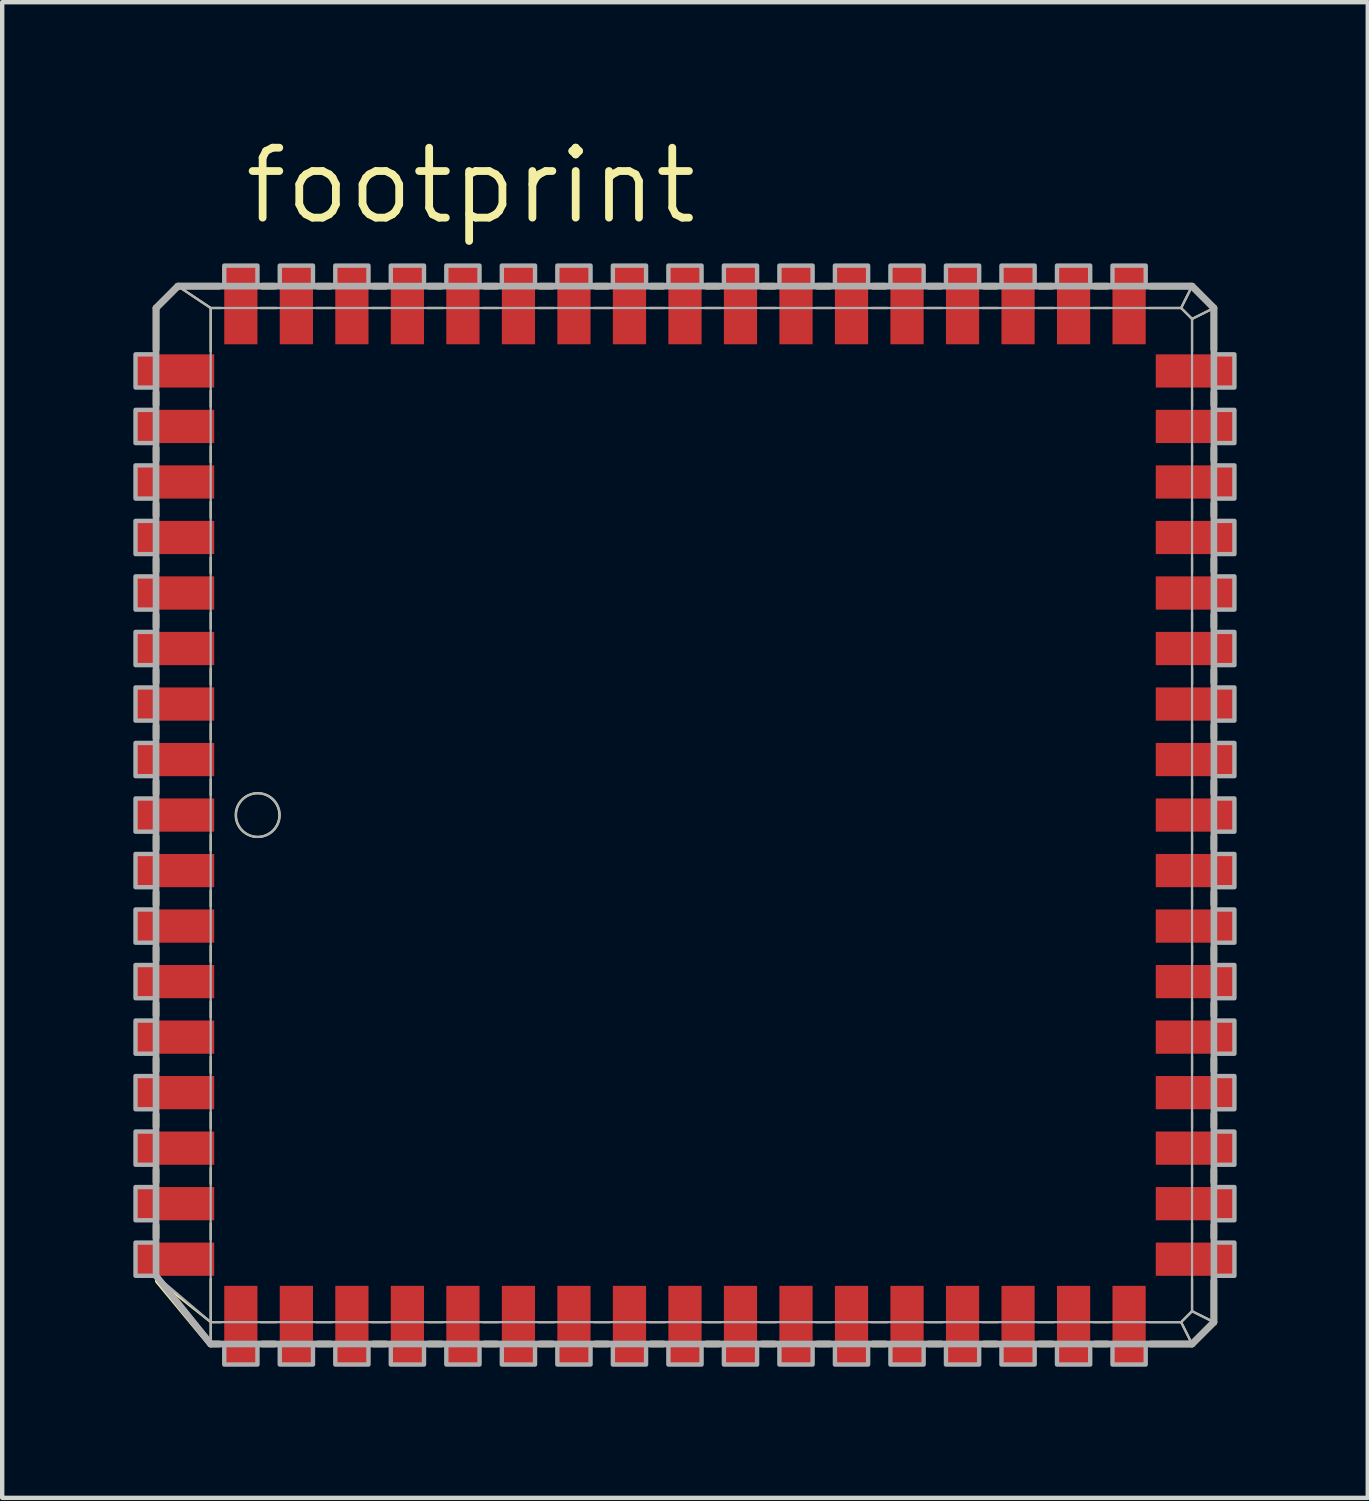
<source format=kicad_pcb>
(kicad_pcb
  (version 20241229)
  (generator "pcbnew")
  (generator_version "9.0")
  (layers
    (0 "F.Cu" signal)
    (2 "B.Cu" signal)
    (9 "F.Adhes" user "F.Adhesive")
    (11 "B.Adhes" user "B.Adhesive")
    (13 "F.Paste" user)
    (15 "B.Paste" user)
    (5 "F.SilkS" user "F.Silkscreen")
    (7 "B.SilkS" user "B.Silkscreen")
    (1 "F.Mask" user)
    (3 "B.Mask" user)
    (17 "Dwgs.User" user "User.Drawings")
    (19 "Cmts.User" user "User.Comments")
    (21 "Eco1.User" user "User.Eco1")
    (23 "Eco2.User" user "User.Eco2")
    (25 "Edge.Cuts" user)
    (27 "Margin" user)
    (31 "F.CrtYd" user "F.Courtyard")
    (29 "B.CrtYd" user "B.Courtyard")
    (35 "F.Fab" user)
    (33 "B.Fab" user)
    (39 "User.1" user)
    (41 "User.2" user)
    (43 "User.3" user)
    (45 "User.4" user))
  (footprint "footprint"
    (layer "F.Cu")
    (at 12.62 15.596)
    (property "Reference" "footprint" (at -10.16 -13.462 0) (layer "F.SilkS") (effects (font (size 1.6 1.6) (thickness 0.178)) (justify left bottom)))
    (fp_line (start -12.1 -11.6) (end -11.6 -12.1) (stroke (width 0.152) (type solid)) (layer "F.SilkS"))
    (fp_line (start -12.1 -10.651) (end -12.1 -11.6) (stroke (width 0.152) (type solid)) (layer "F.SilkS"))
    (fp_line (start -12.1 -9.381) (end -12.1 -9.669) (stroke (width 0.152) (type solid)) (layer "F.SilkS"))
    (fp_line (start -12.1 -8.111) (end -12.1 -8.399) (stroke (width 0.152) (type solid)) (layer "F.SilkS"))
    (fp_line (start -12.1 -6.841) (end -12.1 -7.129) (stroke (width 0.152) (type solid)) (layer "F.SilkS"))
    (fp_line (start -12.1 -5.571) (end -12.1 -5.859) (stroke (width 0.152) (type solid)) (layer "F.SilkS"))
    (fp_line (start -12.1 -4.301) (end -12.1 -4.589) (stroke (width 0.152) (type solid)) (layer "F.SilkS"))
    (fp_line (start -12.1 -3.031) (end -12.1 -3.319) (stroke (width 0.152) (type solid)) (layer "F.SilkS"))
    (fp_line (start -12.1 -1.761) (end -12.1 -2.049) (stroke (width 0.152) (type solid)) (layer "F.SilkS"))
    (fp_line (start -12.1 -0.491) (end -12.1 -0.779) (stroke (width 0.152) (type solid)) (layer "F.SilkS"))
    (fp_line (start -12.1 0.779) (end -12.1 0.491) (stroke (width 0.152) (type solid)) (layer "F.SilkS"))
    (fp_line (start -12.1 2.049) (end -12.1 1.761) (stroke (width 0.152) (type solid)) (layer "F.SilkS"))
    (fp_line (start -12.1 3.319) (end -12.1 3.031) (stroke (width 0.152) (type solid)) (layer "F.SilkS"))
    (fp_line (start -12.1 4.589) (end -12.1 4.301) (stroke (width 0.152) (type solid)) (layer "F.SilkS"))
    (fp_line (start -12.1 5.859) (end -12.1 5.571) (stroke (width 0.152) (type solid)) (layer "F.SilkS"))
    (fp_line (start -12.1 7.129) (end -12.1 6.841) (stroke (width 0.152) (type solid)) (layer "F.SilkS"))
    (fp_line (start -12.1 8.399) (end -12.1 8.111) (stroke (width 0.152) (type solid)) (layer "F.SilkS"))
    (fp_line (start -12.1 9.669) (end -12.1 9.381) (stroke (width 0.152) (type solid)) (layer "F.SilkS"))
    (fp_line (start -11.6 -12.1) (end -10.85 -11.6) (stroke (width 0.051) (type solid)) (layer "F.SilkS"))
    (fp_line (start -11.6 -12.1) (end -10.651 -12.1) (stroke (width 0.152) (type solid)) (layer "F.SilkS"))
    (fp_line (start -10.85 -11.6) (end -10.611 -11.6) (stroke (width 0.051) (type solid)) (layer "F.SilkS"))
    (fp_line (start -10.85 -10.611) (end -10.85 -11.6) (stroke (width 0.051) (type solid)) (layer "F.SilkS"))
    (fp_line (start -10.85 -9.341) (end -10.85 -9.709) (stroke (width 0.051) (type solid)) (layer "F.SilkS"))
    (fp_line (start -10.85 -8.071) (end -10.85 -8.439) (stroke (width 0.051) (type solid)) (layer "F.SilkS"))
    (fp_line (start -10.85 -6.801) (end -10.85 -7.169) (stroke (width 0.051) (type solid)) (layer "F.SilkS"))
    (fp_line (start -10.85 -5.531) (end -10.85 -5.899) (stroke (width 0.051) (type solid)) (layer "F.SilkS"))
    (fp_line (start -10.85 -4.261) (end -10.85 -4.629) (stroke (width 0.051) (type solid)) (layer "F.SilkS"))
    (fp_line (start -10.85 -2.991) (end -10.85 -3.359) (stroke (width 0.051) (type solid)) (layer "F.SilkS"))
    (fp_line (start -10.85 -1.721) (end -10.85 -2.089) (stroke (width 0.051) (type solid)) (layer "F.SilkS"))
    (fp_line (start -10.85 -0.451) (end -10.85 -0.819) (stroke (width 0.051) (type solid)) (layer "F.SilkS"))
    (fp_line (start -10.85 0.819) (end -10.85 0.451) (stroke (width 0.051) (type solid)) (layer "F.SilkS"))
    (fp_line (start -10.85 2.089) (end -10.85 1.721) (stroke (width 0.051) (type solid)) (layer "F.SilkS"))
    (fp_line (start -10.85 3.359) (end -10.85 2.991) (stroke (width 0.051) (type solid)) (layer "F.SilkS"))
    (fp_line (start -10.85 4.629) (end -10.85 4.261) (stroke (width 0.051) (type solid)) (layer "F.SilkS"))
    (fp_line (start -10.85 5.899) (end -10.85 5.531) (stroke (width 0.051) (type solid)) (layer "F.SilkS"))
    (fp_line (start -10.85 7.169) (end -10.85 6.801) (stroke (width 0.051) (type solid)) (layer "F.SilkS"))
    (fp_line (start -10.85 8.439) (end -10.85 8.071) (stroke (width 0.051) (type solid)) (layer "F.SilkS"))
    (fp_line (start -10.85 9.709) (end -10.85 9.341) (stroke (width 0.051) (type solid)) (layer "F.SilkS"))
    (fp_line (start -10.85 11.6) (end -12.029 10.662) (stroke (width 0.051) (type solid)) (layer "F.SilkS"))
    (fp_line (start -10.85 11.6) (end -10.85 10.611) (stroke (width 0.051) (type solid)) (layer "F.SilkS"))
    (fp_line (start -10.85 12.1) (end -12.05 10.651) (stroke (width 0.152) (type solid)) (layer "F.SilkS"))
    (fp_line (start -10.85 12.1) (end -10.85 11.6) (stroke (width 0.051) (type solid)) (layer "F.SilkS"))
    (fp_line (start -10.651 12.1) (end -10.85 12.1) (stroke (width 0.152) (type solid)) (layer "F.SilkS"))
    (fp_line (start -10.611 11.6) (end -10.85 11.6) (stroke (width 0.051) (type solid)) (layer "F.SilkS"))
    (fp_line (start -9.709 -11.6) (end -9.341 -11.6) (stroke (width 0.051) (type solid)) (layer "F.SilkS"))
    (fp_line (start -9.669 -12.1) (end -9.381 -12.1) (stroke (width 0.152) (type solid)) (layer "F.SilkS"))
    (fp_line (start -9.381 12.1) (end -9.669 12.1) (stroke (width 0.152) (type solid)) (layer "F.SilkS"))
    (fp_line (start -9.341 11.6) (end -9.709 11.6) (stroke (width 0.051) (type solid)) (layer "F.SilkS"))
    (fp_line (start -8.439 -11.6) (end -8.071 -11.6) (stroke (width 0.051) (type solid)) (layer "F.SilkS"))
    (fp_line (start -8.399 -12.1) (end -8.111 -12.1) (stroke (width 0.152) (type solid)) (layer "F.SilkS"))
    (fp_line (start -8.111 12.1) (end -8.399 12.1) (stroke (width 0.152) (type solid)) (layer "F.SilkS"))
    (fp_line (start -8.071 11.6) (end -8.439 11.6) (stroke (width 0.051) (type solid)) (layer "F.SilkS"))
    (fp_line (start -7.169 -11.6) (end -6.801 -11.6) (stroke (width 0.051) (type solid)) (layer "F.SilkS"))
    (fp_line (start -7.129 -12.1) (end -6.841 -12.1) (stroke (width 0.152) (type solid)) (layer "F.SilkS"))
    (fp_line (start -6.841 12.1) (end -7.129 12.1) (stroke (width 0.152) (type solid)) (layer "F.SilkS"))
    (fp_line (start -6.801 11.6) (end -7.169 11.6) (stroke (width 0.051) (type solid)) (layer "F.SilkS"))
    (fp_line (start -5.899 -11.6) (end -5.531 -11.6) (stroke (width 0.051) (type solid)) (layer "F.SilkS"))
    (fp_line (start -5.859 -12.1) (end -5.571 -12.1) (stroke (width 0.152) (type solid)) (layer "F.SilkS"))
    (fp_line (start -5.571 12.1) (end -5.859 12.1) (stroke (width 0.152) (type solid)) (layer "F.SilkS"))
    (fp_line (start -5.531 11.6) (end -5.899 11.6) (stroke (width 0.051) (type solid)) (layer "F.SilkS"))
    (fp_line (start -4.629 -11.6) (end -4.261 -11.6) (stroke (width 0.051) (type solid)) (layer "F.SilkS"))
    (fp_line (start -4.589 -12.1) (end -4.301 -12.1) (stroke (width 0.152) (type solid)) (layer "F.SilkS"))
    (fp_line (start -4.301 12.1) (end -4.589 12.1) (stroke (width 0.152) (type solid)) (layer "F.SilkS"))
    (fp_line (start -4.261 11.6) (end -4.629 11.6) (stroke (width 0.051) (type solid)) (layer "F.SilkS"))
    (fp_line (start -3.359 -11.6) (end -2.991 -11.6) (stroke (width 0.051) (type solid)) (layer "F.SilkS"))
    (fp_line (start -3.319 -12.1) (end -3.031 -12.1) (stroke (width 0.152) (type solid)) (layer "F.SilkS"))
    (fp_line (start -3.031 12.1) (end -3.319 12.1) (stroke (width 0.152) (type solid)) (layer "F.SilkS"))
    (fp_line (start -2.991 11.6) (end -3.359 11.6) (stroke (width 0.051) (type solid)) (layer "F.SilkS"))
    (fp_line (start -2.089 -11.6) (end -1.721 -11.6) (stroke (width 0.051) (type solid)) (layer "F.SilkS"))
    (fp_line (start -2.049 -12.1) (end -1.761 -12.1) (stroke (width 0.152) (type solid)) (layer "F.SilkS"))
    (fp_line (start -1.761 12.1) (end -2.049 12.1) (stroke (width 0.152) (type solid)) (layer "F.SilkS"))
    (fp_line (start -1.721 11.6) (end -2.089 11.6) (stroke (width 0.051) (type solid)) (layer "F.SilkS"))
    (fp_line (start -0.821 -11.6) (end -0.453 -11.6) (stroke (width 0.051) (type solid)) (layer "F.SilkS"))
    (fp_line (start -0.779 -12.1) (end -0.491 -12.1) (stroke (width 0.152) (type solid)) (layer "F.SilkS"))
    (fp_line (start -0.491 12.1) (end -0.779 12.1) (stroke (width 0.152) (type solid)) (layer "F.SilkS"))
    (fp_line (start -0.453 11.6) (end -0.821 11.6) (stroke (width 0.051) (type solid)) (layer "F.SilkS"))
    (fp_line (start 0.453 -11.6) (end 0.821 -11.6) (stroke (width 0.051) (type solid)) (layer "F.SilkS"))
    (fp_line (start 0.491 -12.1) (end 0.779 -12.1) (stroke (width 0.152) (type solid)) (layer "F.SilkS"))
    (fp_line (start 0.779 12.1) (end 0.491 12.1) (stroke (width 0.152) (type solid)) (layer "F.SilkS"))
    (fp_line (start 0.821 11.6) (end 0.453 11.6) (stroke (width 0.051) (type solid)) (layer "F.SilkS"))
    (fp_line (start 1.723 -11.6) (end 2.091 -11.6) (stroke (width 0.051) (type solid)) (layer "F.SilkS"))
    (fp_line (start 1.761 -12.1) (end 2.049 -12.1) (stroke (width 0.152) (type solid)) (layer "F.SilkS"))
    (fp_line (start 2.049 12.1) (end 1.761 12.1) (stroke (width 0.152) (type solid)) (layer "F.SilkS"))
    (fp_line (start 2.091 11.6) (end 1.723 11.6) (stroke (width 0.051) (type solid)) (layer "F.SilkS"))
    (fp_line (start 2.992 -11.6) (end 3.36 -11.6) (stroke (width 0.051) (type solid)) (layer "F.SilkS"))
    (fp_line (start 3.031 -12.1) (end 3.319 -12.1) (stroke (width 0.152) (type solid)) (layer "F.SilkS"))
    (fp_line (start 3.319 12.1) (end 3.031 12.1) (stroke (width 0.152) (type solid)) (layer "F.SilkS"))
    (fp_line (start 3.36 11.6) (end 2.992 11.6) (stroke (width 0.051) (type solid)) (layer "F.SilkS"))
    (fp_line (start 4.261 -11.6) (end 4.629 -11.6) (stroke (width 0.051) (type solid)) (layer "F.SilkS"))
    (fp_line (start 4.301 -12.1) (end 4.589 -12.1) (stroke (width 0.152) (type solid)) (layer "F.SilkS"))
    (fp_line (start 4.589 12.1) (end 4.301 12.1) (stroke (width 0.152) (type solid)) (layer "F.SilkS"))
    (fp_line (start 4.629 11.6) (end 4.261 11.6) (stroke (width 0.051) (type solid)) (layer "F.SilkS"))
    (fp_line (start 5.531 -11.6) (end 5.899 -11.6) (stroke (width 0.051) (type solid)) (layer "F.SilkS"))
    (fp_line (start 5.571 -12.1) (end 5.859 -12.1) (stroke (width 0.152) (type solid)) (layer "F.SilkS"))
    (fp_line (start 5.859 12.1) (end 5.571 12.1) (stroke (width 0.152) (type solid)) (layer "F.SilkS"))
    (fp_line (start 5.899 11.6) (end 5.531 11.6) (stroke (width 0.051) (type solid)) (layer "F.SilkS"))
    (fp_line (start 6.801 -11.6) (end 7.169 -11.6) (stroke (width 0.051) (type solid)) (layer "F.SilkS"))
    (fp_line (start 6.841 -12.1) (end 7.129 -12.1) (stroke (width 0.152) (type solid)) (layer "F.SilkS"))
    (fp_line (start 7.129 12.1) (end 6.841 12.1) (stroke (width 0.152) (type solid)) (layer "F.SilkS"))
    (fp_line (start 7.169 11.6) (end 6.801 11.6) (stroke (width 0.051) (type solid)) (layer "F.SilkS"))
    (fp_line (start 8.071 -11.6) (end 8.439 -11.6) (stroke (width 0.051) (type solid)) (layer "F.SilkS"))
    (fp_line (start 8.111 -12.1) (end 8.399 -12.1) (stroke (width 0.152) (type solid)) (layer "F.SilkS"))
    (fp_line (start 8.399 12.1) (end 8.111 12.1) (stroke (width 0.152) (type solid)) (layer "F.SilkS"))
    (fp_line (start 8.439 11.6) (end 8.071 11.6) (stroke (width 0.051) (type solid)) (layer "F.SilkS"))
    (fp_line (start 9.341 -11.6) (end 9.709 -11.6) (stroke (width 0.051) (type solid)) (layer "F.SilkS"))
    (fp_line (start 9.381 -12.1) (end 9.669 -12.1) (stroke (width 0.152) (type solid)) (layer "F.SilkS"))
    (fp_line (start 9.669 12.1) (end 9.381 12.1) (stroke (width 0.152) (type solid)) (layer "F.SilkS"))
    (fp_line (start 9.709 11.6) (end 9.341 11.6) (stroke (width 0.051) (type solid)) (layer "F.SilkS"))
    (fp_line (start 10.611 -11.6) (end 11.35 -11.6) (stroke (width 0.051) (type solid)) (layer "F.SilkS"))
    (fp_line (start 10.651 -12.1) (end 11.6 -12.1) (stroke (width 0.152) (type solid)) (layer "F.SilkS"))
    (fp_line (start 11.35 -11.6) (end 11.6 -12.1) (stroke (width 0.051) (type solid)) (layer "F.SilkS"))
    (fp_line (start 11.35 -11.6) (end 11.6 -11.35) (stroke (width 0.051) (type solid)) (layer "F.SilkS"))
    (fp_line (start 11.35 11.6) (end 10.611 11.6) (stroke (width 0.051) (type solid)) (layer "F.SilkS"))
    (fp_line (start 11.6 -12.1) (end 12.1 -11.6) (stroke (width 0.152) (type solid)) (layer "F.SilkS"))
    (fp_line (start 11.6 -11.35) (end 11.6 -10.611) (stroke (width 0.051) (type solid)) (layer "F.SilkS"))
    (fp_line (start 11.6 -11.35) (end 12.1 -11.6) (stroke (width 0.051) (type solid)) (layer "F.SilkS"))
    (fp_line (start 11.6 -9.709) (end 11.6 -9.341) (stroke (width 0.051) (type solid)) (layer "F.SilkS"))
    (fp_line (start 11.6 -8.439) (end 11.6 -8.071) (stroke (width 0.051) (type solid)) (layer "F.SilkS"))
    (fp_line (start 11.6 -7.169) (end 11.6 -6.801) (stroke (width 0.051) (type solid)) (layer "F.SilkS"))
    (fp_line (start 11.6 -5.899) (end 11.6 -5.531) (stroke (width 0.051) (type solid)) (layer "F.SilkS"))
    (fp_line (start 11.6 -4.629) (end 11.6 -4.261) (stroke (width 0.051) (type solid)) (layer "F.SilkS"))
    (fp_line (start 11.6 -2.089) (end 11.6 -1.721) (stroke (width 0.051) (type solid)) (layer "F.SilkS"))
    (fp_line (start 11.6 -0.819) (end 11.6 -0.451) (stroke (width 0.051) (type solid)) (layer "F.SilkS"))
    (fp_line (start 11.6 0.451) (end 11.6 0.819) (stroke (width 0.051) (type solid)) (layer "F.SilkS"))
    (fp_line (start 11.6 1.721) (end 11.6 2.089) (stroke (width 0.051) (type solid)) (layer "F.SilkS"))
    (fp_line (start 11.6 4.261) (end 11.6 4.629) (stroke (width 0.051) (type solid)) (layer "F.SilkS"))
    (fp_line (start 11.6 5.531) (end 11.6 5.899) (stroke (width 0.051) (type solid)) (layer "F.SilkS"))
    (fp_line (start 11.6 6.801) (end 11.6 7.169) (stroke (width 0.051) (type solid)) (layer "F.SilkS"))
    (fp_line (start 11.6 8.071) (end 11.6 8.439) (stroke (width 0.051) (type solid)) (layer "F.SilkS"))
    (fp_line (start 11.6 9.341) (end 11.6 9.709) (stroke (width 0.051) (type solid)) (layer "F.SilkS"))
    (fp_line (start 11.6 10.611) (end 11.6 11.35) (stroke (width 0.051) (type solid)) (layer "F.SilkS"))
    (fp_line (start 11.6 11.35) (end 11.35 11.6) (stroke (width 0.051) (type solid)) (layer "F.SilkS"))
    (fp_line (start 11.6 12.1) (end 10.651 12.1) (stroke (width 0.152) (type solid)) (layer "F.SilkS"))
    (fp_line (start 11.6 12.1) (end 11.35 11.6) (stroke (width 0.051) (type solid)) (layer "F.SilkS"))
    (fp_line (start 11.601 -3.359) (end 11.601 -2.991) (stroke (width 0.051) (type solid)) (layer "F.SilkS"))
    (fp_line (start 11.601 2.991) (end 11.601 3.359) (stroke (width 0.051) (type solid)) (layer "F.SilkS"))
    (fp_line (start 12.1 -11.6) (end 12.1 -10.651) (stroke (width 0.152) (type solid)) (layer "F.SilkS"))
    (fp_line (start 12.1 -9.669) (end 12.1 -9.381) (stroke (width 0.152) (type solid)) (layer "F.SilkS"))
    (fp_line (start 12.1 -8.399) (end 12.1 -8.111) (stroke (width 0.152) (type solid)) (layer "F.SilkS"))
    (fp_line (start 12.1 -7.129) (end 12.1 -6.841) (stroke (width 0.152) (type solid)) (layer "F.SilkS"))
    (fp_line (start 12.1 -5.859) (end 12.1 -5.571) (stroke (width 0.152) (type solid)) (layer "F.SilkS"))
    (fp_line (start 12.1 -4.589) (end 12.1 -4.301) (stroke (width 0.152) (type solid)) (layer "F.SilkS"))
    (fp_line (start 12.1 -3.319) (end 12.1 -3.031) (stroke (width 0.152) (type solid)) (layer "F.SilkS"))
    (fp_line (start 12.1 -2.049) (end 12.1 -1.761) (stroke (width 0.152) (type solid)) (layer "F.SilkS"))
    (fp_line (start 12.1 -0.779) (end 12.1 -0.491) (stroke (width 0.152) (type solid)) (layer "F.SilkS"))
    (fp_line (start 12.1 0.491) (end 12.1 0.779) (stroke (width 0.152) (type solid)) (layer "F.SilkS"))
    (fp_line (start 12.1 1.761) (end 12.1 2.049) (stroke (width 0.152) (type solid)) (layer "F.SilkS"))
    (fp_line (start 12.1 3.031) (end 12.1 3.319) (stroke (width 0.152) (type solid)) (layer "F.SilkS"))
    (fp_line (start 12.1 4.301) (end 12.1 4.589) (stroke (width 0.152) (type solid)) (layer "F.SilkS"))
    (fp_line (start 12.1 5.571) (end 12.1 5.859) (stroke (width 0.152) (type solid)) (layer "F.SilkS"))
    (fp_line (start 12.1 6.841) (end 12.1 7.129) (stroke (width 0.152) (type solid)) (layer "F.SilkS"))
    (fp_line (start 12.1 8.111) (end 12.1 8.399) (stroke (width 0.152) (type solid)) (layer "F.SilkS"))
    (fp_line (start 12.1 9.381) (end 12.1 9.669) (stroke (width 0.152) (type solid)) (layer "F.SilkS"))
    (fp_line (start 12.1 10.651) (end 12.1 11.6) (stroke (width 0.152) (type solid)) (layer "F.SilkS"))
    (fp_line (start 12.1 11.6) (end 11.6 11.35) (stroke (width 0.051) (type solid)) (layer "F.SilkS"))
    (fp_line (start 12.1 11.6) (end 11.6 12.1) (stroke (width 0.152) (type solid)) (layer "F.SilkS"))
    (fp_circle (center -9.778 0) (end -9.278 0) (stroke (width 0.051) (type solid)) (fill no) (layer "F.SilkS"))
    (fp_line (start -12.1 -11.6) (end -11.6 -12.1) (stroke (width 0.152) (type solid)) (layer "F.Fab"))
    (fp_line (start -12.1 10.54) (end -12.1 -11.6) (stroke (width 0.152) (type solid)) (layer "F.Fab"))
    (fp_line (start -11.6 -12.1) (end -10.85 -11.6) (stroke (width 0.051) (type solid)) (layer "F.Fab"))
    (fp_line (start -11.6 -12.1) (end 11.6 -12.1) (stroke (width 0.152) (type solid)) (layer "F.Fab"))
    (fp_line (start -10.85 -11.6) (end 11.35 -11.6) (stroke (width 0.051) (type solid)) (layer "F.Fab"))
    (fp_line (start -10.85 11.6) (end -12.1 10.54) (stroke (width 0.051) (type solid)) (layer "F.Fab"))
    (fp_line (start -10.85 11.6) (end -10.85 -11.6) (stroke (width 0.051) (type solid)) (layer "F.Fab"))
    (fp_line (start -10.85 12.1) (end -12.1 10.54) (stroke (width 0.152) (type solid)) (layer "F.Fab"))
    (fp_line (start -10.85 12.1) (end -10.85 11.6) (stroke (width 0.051) (type solid)) (layer "F.Fab"))
    (fp_line (start 11.35 -11.6) (end 11.6 -12.1) (stroke (width 0.051) (type solid)) (layer "F.Fab"))
    (fp_line (start 11.35 -11.6) (end 11.6 -11.35) (stroke (width 0.051) (type solid)) (layer "F.Fab"))
    (fp_line (start 11.35 11.6) (end -10.85 11.6) (stroke (width 0.051) (type solid)) (layer "F.Fab"))
    (fp_line (start 11.6 -12.1) (end 12.1 -11.6) (stroke (width 0.152) (type solid)) (layer "F.Fab"))
    (fp_line (start 11.6 -11.35) (end 11.6 11.35) (stroke (width 0.051) (type solid)) (layer "F.Fab"))
    (fp_line (start 11.6 -11.35) (end 12.1 -11.6) (stroke (width 0.051) (type solid)) (layer "F.Fab"))
    (fp_line (start 11.6 11.35) (end 11.35 11.6) (stroke (width 0.051) (type solid)) (layer "F.Fab"))
    (fp_line (start 11.6 12.1) (end -10.85 12.1) (stroke (width 0.152) (type solid)) (layer "F.Fab"))
    (fp_line (start 11.6 12.1) (end 11.35 11.6) (stroke (width 0.051) (type solid)) (layer "F.Fab"))
    (fp_line (start 12.1 -11.6) (end 12.1 11.6) (stroke (width 0.152) (type solid)) (layer "F.Fab"))
    (fp_line (start 12.1 11.6) (end 11.6 11.35) (stroke (width 0.051) (type solid)) (layer "F.Fab"))
    (fp_line (start 12.1 11.6) (end 11.6 12.1) (stroke (width 0.152) (type solid)) (layer "F.Fab"))
    (fp_circle (center -9.77 0) (end -9.27 0) (stroke (width 0.051) (type solid)) (fill no) (layer "F.Fab"))
    (fp_poly (pts (xy -12.57 -9.78) (xy -12.1 -9.78) (xy -12.1 -10.54) (xy -12.57 -10.54)) (stroke (width 0.1) (type solid)) (fill no) (layer "F.Fab"))
    (fp_poly (pts (xy -12.57 -8.51) (xy -12.1 -8.51) (xy -12.1 -9.27) (xy -12.57 -9.27)) (stroke (width 0.1) (type solid)) (fill no) (layer "F.Fab"))
    (fp_poly (pts (xy -12.57 -7.24) (xy -12.1 -7.24) (xy -12.1 -8) (xy -12.57 -8)) (stroke (width 0.1) (type solid)) (fill no) (layer "F.Fab"))
    (fp_poly (pts (xy -12.57 -5.97) (xy -12.1 -5.97) (xy -12.1 -6.73) (xy -12.57 -6.73)) (stroke (width 0.1) (type solid)) (fill no) (layer "F.Fab"))
    (fp_poly (pts (xy -12.57 -4.7) (xy -12.1 -4.7) (xy -12.1 -5.46) (xy -12.57 -5.46)) (stroke (width 0.1) (type solid)) (fill no) (layer "F.Fab"))
    (fp_poly (pts (xy -12.57 -3.43) (xy -12.1 -3.43) (xy -12.1 -4.19) (xy -12.57 -4.19)) (stroke (width 0.1) (type solid)) (fill no) (layer "F.Fab"))
    (fp_poly (pts (xy -12.57 -2.16) (xy -12.1 -2.16) (xy -12.1 -2.92) (xy -12.57 -2.92)) (stroke (width 0.1) (type solid)) (fill no) (layer "F.Fab"))
    (fp_poly (pts (xy -12.57 -0.89) (xy -12.1 -0.89) (xy -12.1 -1.65) (xy -12.57 -1.65)) (stroke (width 0.1) (type solid)) (fill no) (layer "F.Fab"))
    (fp_poly (pts (xy -12.57 0.38) (xy -12.1 0.38) (xy -12.1 -0.38) (xy -12.57 -0.38)) (stroke (width 0.1) (type solid)) (fill no) (layer "F.Fab"))
    (fp_poly (pts (xy -12.57 1.65) (xy -12.1 1.65) (xy -12.1 0.89) (xy -12.57 0.89)) (stroke (width 0.1) (type solid)) (fill no) (layer "F.Fab"))
    (fp_poly (pts (xy -12.57 2.92) (xy -12.1 2.92) (xy -12.1 2.16) (xy -12.57 2.16)) (stroke (width 0.1) (type solid)) (fill no) (layer "F.Fab"))
    (fp_poly (pts (xy -12.57 4.19) (xy -12.1 4.19) (xy -12.1 3.43) (xy -12.57 3.43)) (stroke (width 0.1) (type solid)) (fill no) (layer "F.Fab"))
    (fp_poly (pts (xy -12.57 5.46) (xy -12.1 5.46) (xy -12.1 4.7) (xy -12.57 4.7)) (stroke (width 0.1) (type solid)) (fill no) (layer "F.Fab"))
    (fp_poly (pts (xy -12.57 6.73) (xy -12.1 6.73) (xy -12.1 5.97) (xy -12.57 5.97)) (stroke (width 0.1) (type solid)) (fill no) (layer "F.Fab"))
    (fp_poly (pts (xy -12.57 8) (xy -12.1 8) (xy -12.1 7.24) (xy -12.57 7.24)) (stroke (width 0.1) (type solid)) (fill no) (layer "F.Fab"))
    (fp_poly (pts (xy -12.57 9.27) (xy -12.1 9.27) (xy -12.1 8.51) (xy -12.57 8.51)) (stroke (width 0.1) (type solid)) (fill no) (layer "F.Fab"))
    (fp_poly (pts (xy -12.57 10.54) (xy -12.1 10.54) (xy -12.1 9.78) (xy -12.57 9.78)) (stroke (width 0.1) (type solid)) (fill no) (layer "F.Fab"))
    (fp_poly (pts (xy -10.54 -12.1) (xy -9.78 -12.1) (xy -9.78 -12.57) (xy -10.54 -12.57)) (stroke (width 0.1) (type solid)) (fill no) (layer "F.Fab"))
    (fp_poly (pts (xy -10.54 12.57) (xy -9.78 12.57) (xy -9.78 12.1) (xy -10.54 12.1)) (stroke (width 0.1) (type solid)) (fill no) (layer "F.Fab"))
    (fp_poly (pts (xy -9.27 -12.1) (xy -8.51 -12.1) (xy -8.51 -12.57) (xy -9.27 -12.57)) (stroke (width 0.1) (type solid)) (fill no) (layer "F.Fab"))
    (fp_poly (pts (xy -9.27 12.57) (xy -8.51 12.57) (xy -8.51 12.1) (xy -9.27 12.1)) (stroke (width 0.1) (type solid)) (fill no) (layer "F.Fab"))
    (fp_poly (pts (xy -8 -12.1) (xy -7.24 -12.1) (xy -7.24 -12.57) (xy -8 -12.57)) (stroke (width 0.1) (type solid)) (fill no) (layer "F.Fab"))
    (fp_poly (pts (xy -8 12.57) (xy -7.24 12.57) (xy -7.24 12.1) (xy -8 12.1)) (stroke (width 0.1) (type solid)) (fill no) (layer "F.Fab"))
    (fp_poly (pts (xy -6.73 -12.1) (xy -5.97 -12.1) (xy -5.97 -12.57) (xy -6.73 -12.57)) (stroke (width 0.1) (type solid)) (fill no) (layer "F.Fab"))
    (fp_poly (pts (xy -6.73 12.57) (xy -5.97 12.57) (xy -5.97 12.1) (xy -6.73 12.1)) (stroke (width 0.1) (type solid)) (fill no) (layer "F.Fab"))
    (fp_poly (pts (xy -5.46 -12.1) (xy -4.7 -12.1) (xy -4.7 -12.57) (xy -5.46 -12.57)) (stroke (width 0.1) (type solid)) (fill no) (layer "F.Fab"))
    (fp_poly (pts (xy -5.46 12.57) (xy -4.7 12.57) (xy -4.7 12.1) (xy -5.46 12.1)) (stroke (width 0.1) (type solid)) (fill no) (layer "F.Fab"))
    (fp_poly (pts (xy -4.19 -12.1) (xy -3.43 -12.1) (xy -3.43 -12.57) (xy -4.19 -12.57)) (stroke (width 0.1) (type solid)) (fill no) (layer "F.Fab"))
    (fp_poly (pts (xy -4.19 12.57) (xy -3.43 12.57) (xy -3.43 12.1) (xy -4.19 12.1)) (stroke (width 0.1) (type solid)) (fill no) (layer "F.Fab"))
    (fp_poly (pts (xy -2.92 -12.1) (xy -2.16 -12.1) (xy -2.16 -12.57) (xy -2.92 -12.57)) (stroke (width 0.1) (type solid)) (fill no) (layer "F.Fab"))
    (fp_poly (pts (xy -2.92 12.57) (xy -2.16 12.57) (xy -2.16 12.1) (xy -2.92 12.1)) (stroke (width 0.1) (type solid)) (fill no) (layer "F.Fab"))
    (fp_poly (pts (xy -1.65 -12.1) (xy -0.89 -12.1) (xy -0.89 -12.57) (xy -1.65 -12.57)) (stroke (width 0.1) (type solid)) (fill no) (layer "F.Fab"))
    (fp_poly (pts (xy -1.65 12.57) (xy -0.89 12.57) (xy -0.89 12.1) (xy -1.65 12.1)) (stroke (width 0.1) (type solid)) (fill no) (layer "F.Fab"))
    (fp_poly (pts (xy -0.38 -12.1) (xy 0.38 -12.1) (xy 0.38 -12.57) (xy -0.38 -12.57)) (stroke (width 0.1) (type solid)) (fill no) (layer "F.Fab"))
    (fp_poly (pts (xy -0.38 12.57) (xy 0.38 12.57) (xy 0.38 12.1) (xy -0.38 12.1)) (stroke (width 0.1) (type solid)) (fill no) (layer "F.Fab"))
    (fp_poly (pts (xy 0.89 -12.1) (xy 1.65 -12.1) (xy 1.65 -12.57) (xy 0.89 -12.57)) (stroke (width 0.1) (type solid)) (fill no) (layer "F.Fab"))
    (fp_poly (pts (xy 0.89 12.57) (xy 1.65 12.57) (xy 1.65 12.1) (xy 0.89 12.1)) (stroke (width 0.1) (type solid)) (fill no) (layer "F.Fab"))
    (fp_poly (pts (xy 2.16 -12.1) (xy 2.92 -12.1) (xy 2.92 -12.57) (xy 2.16 -12.57)) (stroke (width 0.1) (type solid)) (fill no) (layer "F.Fab"))
    (fp_poly (pts (xy 2.16 12.57) (xy 2.92 12.57) (xy 2.92 12.1) (xy 2.16 12.1)) (stroke (width 0.1) (type solid)) (fill no) (layer "F.Fab"))
    (fp_poly (pts (xy 3.43 -12.1) (xy 4.19 -12.1) (xy 4.19 -12.57) (xy 3.43 -12.57)) (stroke (width 0.1) (type solid)) (fill no) (layer "F.Fab"))
    (fp_poly (pts (xy 3.43 12.57) (xy 4.19 12.57) (xy 4.19 12.1) (xy 3.43 12.1)) (stroke (width 0.1) (type solid)) (fill no) (layer "F.Fab"))
    (fp_poly (pts (xy 4.7 -12.1) (xy 5.46 -12.1) (xy 5.46 -12.57) (xy 4.7 -12.57)) (stroke (width 0.1) (type solid)) (fill no) (layer "F.Fab"))
    (fp_poly (pts (xy 4.7 12.57) (xy 5.46 12.57) (xy 5.46 12.1) (xy 4.7 12.1)) (stroke (width 0.1) (type solid)) (fill no) (layer "F.Fab"))
    (fp_poly (pts (xy 5.97 -12.1) (xy 6.73 -12.1) (xy 6.73 -12.57) (xy 5.97 -12.57)) (stroke (width 0.1) (type solid)) (fill no) (layer "F.Fab"))
    (fp_poly (pts (xy 5.97 12.57) (xy 6.73 12.57) (xy 6.73 12.1) (xy 5.97 12.1)) (stroke (width 0.1) (type solid)) (fill no) (layer "F.Fab"))
    (fp_poly (pts (xy 7.24 -12.1) (xy 8 -12.1) (xy 8 -12.57) (xy 7.24 -12.57)) (stroke (width 0.1) (type solid)) (fill no) (layer "F.Fab"))
    (fp_poly (pts (xy 7.24 12.57) (xy 8 12.57) (xy 8 12.1) (xy 7.24 12.1)) (stroke (width 0.1) (type solid)) (fill no) (layer "F.Fab"))
    (fp_poly (pts (xy 8.51 -12.1) (xy 9.27 -12.1) (xy 9.27 -12.57) (xy 8.51 -12.57)) (stroke (width 0.1) (type solid)) (fill no) (layer "F.Fab"))
    (fp_poly (pts (xy 8.51 12.57) (xy 9.27 12.57) (xy 9.27 12.1) (xy 8.51 12.1)) (stroke (width 0.1) (type solid)) (fill no) (layer "F.Fab"))
    (fp_poly (pts (xy 9.78 -12.1) (xy 10.54 -12.1) (xy 10.54 -12.57) (xy 9.78 -12.57)) (stroke (width 0.1) (type solid)) (fill no) (layer "F.Fab"))
    (fp_poly (pts (xy 9.78 12.57) (xy 10.54 12.57) (xy 10.54 12.1) (xy 9.78 12.1)) (stroke (width 0.1) (type solid)) (fill no) (layer "F.Fab"))
    (fp_poly (pts (xy 12.1 -9.78) (xy 12.57 -9.78) (xy 12.57 -10.54) (xy 12.1 -10.54)) (stroke (width 0.1) (type solid)) (fill no) (layer "F.Fab"))
    (fp_poly (pts (xy 12.1 -8.51) (xy 12.57 -8.51) (xy 12.57 -9.27) (xy 12.1 -9.27)) (stroke (width 0.1) (type solid)) (fill no) (layer "F.Fab"))
    (fp_poly (pts (xy 12.1 -7.24) (xy 12.57 -7.24) (xy 12.57 -8) (xy 12.1 -8)) (stroke (width 0.1) (type solid)) (fill no) (layer "F.Fab"))
    (fp_poly (pts (xy 12.1 -5.97) (xy 12.57 -5.97) (xy 12.57 -6.73) (xy 12.1 -6.73)) (stroke (width 0.1) (type solid)) (fill no) (layer "F.Fab"))
    (fp_poly (pts (xy 12.1 -4.7) (xy 12.57 -4.7) (xy 12.57 -5.46) (xy 12.1 -5.46)) (stroke (width 0.1) (type solid)) (fill no) (layer "F.Fab"))
    (fp_poly (pts (xy 12.1 -3.43) (xy 12.57 -3.43) (xy 12.57 -4.19) (xy 12.1 -4.19)) (stroke (width 0.1) (type solid)) (fill no) (layer "F.Fab"))
    (fp_poly (pts (xy 12.1 -2.16) (xy 12.57 -2.16) (xy 12.57 -2.92) (xy 12.1 -2.92)) (stroke (width 0.1) (type solid)) (fill no) (layer "F.Fab"))
    (fp_poly (pts (xy 12.1 -0.89) (xy 12.57 -0.89) (xy 12.57 -1.65) (xy 12.1 -1.65)) (stroke (width 0.1) (type solid)) (fill no) (layer "F.Fab"))
    (fp_poly (pts (xy 12.1 0.38) (xy 12.57 0.38) (xy 12.57 -0.38) (xy 12.1 -0.38)) (stroke (width 0.1) (type solid)) (fill no) (layer "F.Fab"))
    (fp_poly (pts (xy 12.1 1.65) (xy 12.57 1.65) (xy 12.57 0.89) (xy 12.1 0.89)) (stroke (width 0.1) (type solid)) (fill no) (layer "F.Fab"))
    (fp_poly (pts (xy 12.1 2.92) (xy 12.57 2.92) (xy 12.57 2.16) (xy 12.1 2.16)) (stroke (width 0.1) (type solid)) (fill no) (layer "F.Fab"))
    (fp_poly (pts (xy 12.1 4.19) (xy 12.57 4.19) (xy 12.57 3.43) (xy 12.1 3.43)) (stroke (width 0.1) (type solid)) (fill no) (layer "F.Fab"))
    (fp_poly (pts (xy 12.1 5.46) (xy 12.57 5.46) (xy 12.57 4.7) (xy 12.1 4.7)) (stroke (width 0.1) (type solid)) (fill no) (layer "F.Fab"))
    (fp_poly (pts (xy 12.1 6.73) (xy 12.57 6.73) (xy 12.57 5.97) (xy 12.1 5.97)) (stroke (width 0.1) (type solid)) (fill no) (layer "F.Fab"))
    (fp_poly (pts (xy 12.1 8) (xy 12.57 8) (xy 12.57 7.24) (xy 12.1 7.24)) (stroke (width 0.1) (type solid)) (fill no) (layer "F.Fab"))
    (fp_poly (pts (xy 12.1 9.27) (xy 12.57 9.27) (xy 12.57 8.51) (xy 12.1 8.51)) (stroke (width 0.1) (type solid)) (fill no) (layer "F.Fab"))
    (fp_poly (pts (xy 12.1 10.54) (xy 12.57 10.54) (xy 12.57 9.78) (xy 12.1 9.78)) (stroke (width 0.1) (type solid)) (fill no) (layer "F.Fab"))
    (pad "1" smd rect (at -11.67 0) (size 1.8 0.76) (layers "F.Cu" "F.Mask" "F.Paste"))
    (pad "2" smd rect (at -11.67 1.27) (size 1.8 0.76) (layers "F.Cu" "F.Mask" "F.Paste"))
    (pad "3" smd rect (at -11.67 2.54) (size 1.8 0.76) (layers "F.Cu" "F.Mask" "F.Paste"))
    (pad "4" smd rect (at -11.67 3.81) (size 1.8 0.76) (layers "F.Cu" "F.Mask" "F.Paste"))
    (pad "5" smd rect (at -11.67 5.08) (size 1.8 0.76) (layers "F.Cu" "F.Mask" "F.Paste"))
    (pad "6" smd rect (at -11.67 6.35) (size 1.8 0.76) (layers "F.Cu" "F.Mask" "F.Paste"))
    (pad "7" smd rect (at -11.67 7.62) (size 1.8 0.76) (layers "F.Cu" "F.Mask" "F.Paste"))
    (pad "8" smd rect (at -11.67 8.89) (size 1.8 0.76) (layers "F.Cu" "F.Mask" "F.Paste"))
    (pad "9" smd rect (at -11.67 10.16) (size 1.8 0.76) (layers "F.Cu" "F.Mask" "F.Paste"))
    (pad "10" smd rect (at -10.16 11.67) (size 0.76 1.8) (layers "F.Cu" "F.Mask" "F.Paste"))
    (pad "11" smd rect (at -8.89 11.67) (size 0.76 1.8) (layers "F.Cu" "F.Mask" "F.Paste"))
    (pad "12" smd rect (at -7.62 11.67) (size 0.76 1.8) (layers "F.Cu" "F.Mask" "F.Paste"))
    (pad "13" smd rect (at -6.35 11.67) (size 0.76 1.8) (layers "F.Cu" "F.Mask" "F.Paste"))
    (pad "14" smd rect (at -5.08 11.67) (size 0.76 1.8) (layers "F.Cu" "F.Mask" "F.Paste"))
    (pad "15" smd rect (at -3.81 11.67) (size 0.76 1.8) (layers "F.Cu" "F.Mask" "F.Paste"))
    (pad "16" smd rect (at -2.54 11.67) (size 0.76 1.8) (layers "F.Cu" "F.Mask" "F.Paste"))
    (pad "17" smd rect (at -1.27 11.67) (size 0.76 1.8) (layers "F.Cu" "F.Mask" "F.Paste"))
    (pad "18" smd rect (at 0 11.67) (size 0.76 1.8) (layers "F.Cu" "F.Mask" "F.Paste"))
    (pad "19" smd rect (at 1.27 11.67) (size 0.76 1.8) (layers "F.Cu" "F.Mask" "F.Paste"))
    (pad "20" smd rect (at 2.54 11.67) (size 0.76 1.8) (layers "F.Cu" "F.Mask" "F.Paste"))
    (pad "21" smd rect (at 3.81 11.67) (size 0.76 1.8) (layers "F.Cu" "F.Mask" "F.Paste"))
    (pad "22" smd rect (at 5.08 11.67) (size 0.76 1.8) (layers "F.Cu" "F.Mask" "F.Paste"))
    (pad "23" smd rect (at 6.35 11.67) (size 0.76 1.8) (layers "F.Cu" "F.Mask" "F.Paste"))
    (pad "24" smd rect (at 7.62 11.67) (size 0.76 1.8) (layers "F.Cu" "F.Mask" "F.Paste"))
    (pad "25" smd rect (at 8.89 11.67) (size 0.76 1.8) (layers "F.Cu" "F.Mask" "F.Paste"))
    (pad "26" smd rect (at 10.16 11.67) (size 0.76 1.8) (layers "F.Cu" "F.Mask" "F.Paste"))
    (pad "27" smd rect (at 11.67 10.16) (size 1.8 0.76) (layers "F.Cu" "F.Mask" "F.Paste"))
    (pad "28" smd rect (at 11.67 8.89) (size 1.8 0.76) (layers "F.Cu" "F.Mask" "F.Paste"))
    (pad "29" smd rect (at 11.67 7.62) (size 1.8 0.76) (layers "F.Cu" "F.Mask" "F.Paste"))
    (pad "30" smd rect (at 11.67 6.35) (size 1.8 0.76) (layers "F.Cu" "F.Mask" "F.Paste"))
    (pad "31" smd rect (at 11.67 5.08) (size 1.8 0.76) (layers "F.Cu" "F.Mask" "F.Paste"))
    (pad "32" smd rect (at 11.67 3.81) (size 1.8 0.76) (layers "F.Cu" "F.Mask" "F.Paste"))
    (pad "33" smd rect (at 11.67 2.54) (size 1.8 0.76) (layers "F.Cu" "F.Mask" "F.Paste"))
    (pad "34" smd rect (at 11.67 1.27) (size 1.8 0.76) (layers "F.Cu" "F.Mask" "F.Paste"))
    (pad "35" smd rect (at 11.67 0) (size 1.8 0.76) (layers "F.Cu" "F.Mask" "F.Paste"))
    (pad "36" smd rect (at 11.67 -1.27) (size 1.8 0.76) (layers "F.Cu" "F.Mask" "F.Paste"))
    (pad "37" smd rect (at 11.67 -2.54) (size 1.8 0.76) (layers "F.Cu" "F.Mask" "F.Paste"))
    (pad "38" smd rect (at 11.67 -3.81) (size 1.8 0.76) (layers "F.Cu" "F.Mask" "F.Paste"))
    (pad "39" smd rect (at 11.67 -5.08) (size 1.8 0.76) (layers "F.Cu" "F.Mask" "F.Paste"))
    (pad "40" smd rect (at 11.67 -6.35) (size 1.8 0.76) (layers "F.Cu" "F.Mask" "F.Paste"))
    (pad "41" smd rect (at 11.67 -7.62) (size 1.8 0.76) (layers "F.Cu" "F.Mask" "F.Paste"))
    (pad "42" smd rect (at 11.67 -8.89) (size 1.8 0.76) (layers "F.Cu" "F.Mask" "F.Paste"))
    (pad "43" smd rect (at 11.67 -10.16) (size 1.8 0.76) (layers "F.Cu" "F.Mask" "F.Paste"))
    (pad "44" smd rect (at 10.16 -11.67) (size 0.76 1.8) (layers "F.Cu" "F.Mask" "F.Paste"))
    (pad "45" smd rect (at 8.89 -11.67) (size 0.76 1.8) (layers "F.Cu" "F.Mask" "F.Paste"))
    (pad "46" smd rect (at 7.62 -11.67) (size 0.76 1.8) (layers "F.Cu" "F.Mask" "F.Paste"))
    (pad "47" smd rect (at 6.35 -11.67) (size 0.76 1.8) (layers "F.Cu" "F.Mask" "F.Paste"))
    (pad "48" smd rect (at 5.08 -11.67) (size 0.76 1.8) (layers "F.Cu" "F.Mask" "F.Paste"))
    (pad "49" smd rect (at 3.81 -11.67) (size 0.76 1.8) (layers "F.Cu" "F.Mask" "F.Paste"))
    (pad "50" smd rect (at 2.54 -11.67) (size 0.76 1.8) (layers "F.Cu" "F.Mask" "F.Paste"))
    (pad "51" smd rect (at 1.27 -11.67) (size 0.76 1.8) (layers "F.Cu" "F.Mask" "F.Paste"))
    (pad "52" smd rect (at 0 -11.67) (size 0.76 1.8) (layers "F.Cu" "F.Mask" "F.Paste"))
    (pad "53" smd rect (at -1.27 -11.67) (size 0.76 1.8) (layers "F.Cu" "F.Mask" "F.Paste"))
    (pad "54" smd rect (at -2.54 -11.67) (size 0.76 1.8) (layers "F.Cu" "F.Mask" "F.Paste"))
    (pad "55" smd rect (at -3.81 -11.67) (size 0.76 1.8) (layers "F.Cu" "F.Mask" "F.Paste"))
    (pad "56" smd rect (at -5.08 -11.67) (size 0.76 1.8) (layers "F.Cu" "F.Mask" "F.Paste"))
    (pad "57" smd rect (at -6.35 -11.67) (size 0.76 1.8) (layers "F.Cu" "F.Mask" "F.Paste"))
    (pad "58" smd rect (at -7.62 -11.67) (size 0.76 1.8) (layers "F.Cu" "F.Mask" "F.Paste"))
    (pad "59" smd rect (at -8.89 -11.67) (size 0.76 1.8) (layers "F.Cu" "F.Mask" "F.Paste"))
    (pad "60" smd rect (at -10.16 -11.67) (size 0.76 1.8) (layers "F.Cu" "F.Mask" "F.Paste"))
    (pad "61" smd rect (at -11.67 -10.16) (size 1.8 0.76) (layers "F.Cu" "F.Mask" "F.Paste"))
    (pad "62" smd rect (at -11.67 -8.89) (size 1.8 0.76) (layers "F.Cu" "F.Mask" "F.Paste"))
    (pad "63" smd rect (at -11.67 -7.62) (size 1.8 0.76) (layers "F.Cu" "F.Mask" "F.Paste"))
    (pad "64" smd rect (at -11.67 -6.35) (size 1.8 0.76) (layers "F.Cu" "F.Mask" "F.Paste"))
    (pad "65" smd rect (at -11.67 -5.08) (size 1.8 0.76) (layers "F.Cu" "F.Mask" "F.Paste"))
    (pad "66" smd rect (at -11.67 -3.81) (size 1.8 0.76) (layers "F.Cu" "F.Mask" "F.Paste"))
    (pad "67" smd rect (at -11.67 -2.54) (size 1.8 0.76) (layers "F.Cu" "F.Mask" "F.Paste"))
    (pad "68" smd rect (at -11.67 -1.27) (size 1.8 0.76) (layers "F.Cu" "F.Mask" "F.Paste")))
  (gr_rect
    (start -3 -3)
    (end 28.24 31.216)
    (stroke (width 0.1) (type default))
    (fill no)
    (layer "Edge.Cuts")))
</source>
